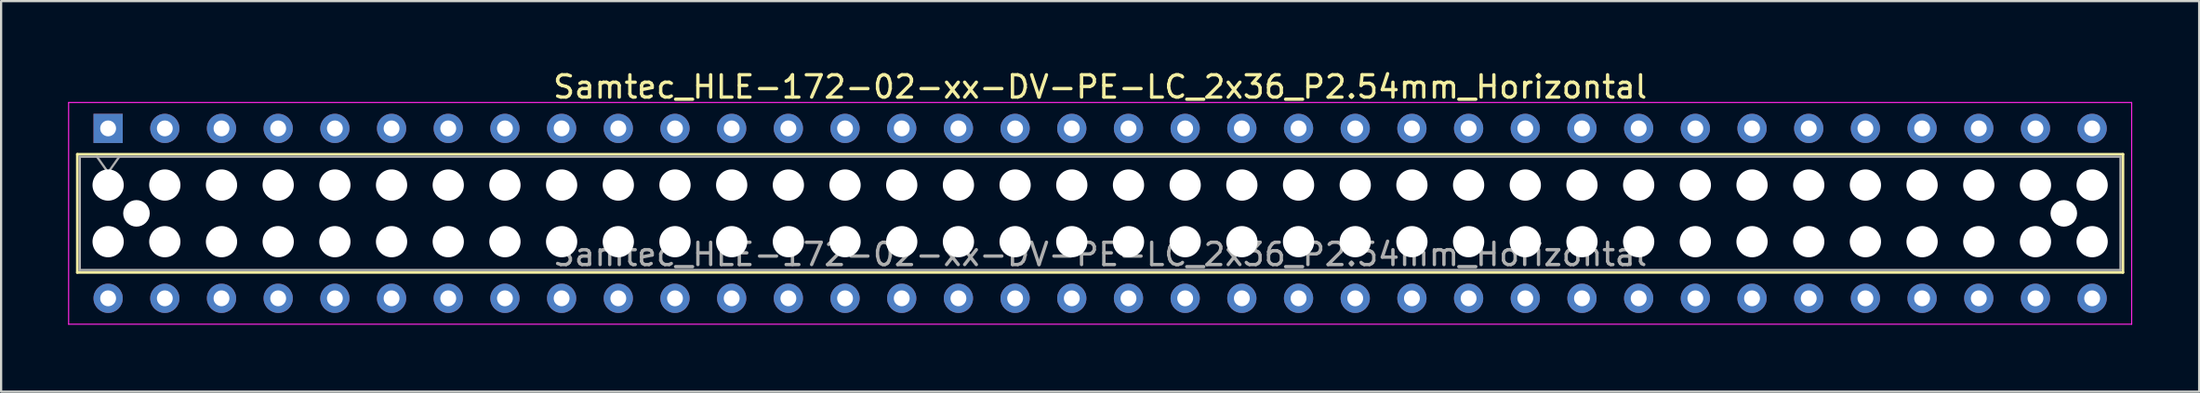
<source format=kicad_pcb>
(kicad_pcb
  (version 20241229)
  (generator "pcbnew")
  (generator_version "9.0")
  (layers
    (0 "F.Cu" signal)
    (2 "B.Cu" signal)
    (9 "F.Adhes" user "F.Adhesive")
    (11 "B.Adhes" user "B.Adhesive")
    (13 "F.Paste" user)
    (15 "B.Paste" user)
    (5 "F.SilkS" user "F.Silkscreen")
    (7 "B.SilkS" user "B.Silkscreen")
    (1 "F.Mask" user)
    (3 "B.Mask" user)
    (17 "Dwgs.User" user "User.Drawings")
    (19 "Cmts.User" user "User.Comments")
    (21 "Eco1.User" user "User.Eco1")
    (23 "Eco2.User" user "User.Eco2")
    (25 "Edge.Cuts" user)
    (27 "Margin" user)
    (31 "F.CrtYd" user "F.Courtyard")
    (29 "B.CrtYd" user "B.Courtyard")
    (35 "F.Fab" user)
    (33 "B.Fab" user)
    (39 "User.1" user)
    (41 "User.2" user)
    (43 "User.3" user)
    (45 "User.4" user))
  (footprint "Samtec_HLE-172-02-xx-DV-PE-LC_2x36_P2.54mm_Horizontal"
    (layer "F.Cu")
    (at 1.795 2.708)
    (property "Reference" "Samtec_HLE-172-02-xx-DV-PE-LC_2x36_P2.54mm_Horizontal" (at 44.45 -1.86 0) (layer "F.SilkS") (effects (font (size 1 1) (thickness 0.15))))
    (attr through_hole)
    (fp_line (start -1.38 1.16) (end 90.28 1.16) (stroke (width 0.12) (type solid)) (layer "F.SilkS"))
    (fp_line (start -1.38 6.46) (end -1.38 1.16) (stroke (width 0.12) (type solid)) (layer "F.SilkS"))
    (fp_line (start 90.28 1.16) (end 90.28 6.46) (stroke (width 0.12) (type solid)) (layer "F.SilkS"))
    (fp_line (start 90.28 6.46) (end -1.38 6.46) (stroke (width 0.12) (type solid)) (layer "F.SilkS"))
    (fp_line (start -1.77 -1.16) (end 90.67 -1.16) (stroke (width 0.05) (type solid)) (layer "F.CrtYd"))
    (fp_line (start -1.77 8.78) (end -1.77 -1.16) (stroke (width 0.05) (type solid)) (layer "F.CrtYd"))
    (fp_line (start 90.67 -1.16) (end 90.67 8.78) (stroke (width 0.05) (type solid)) (layer "F.CrtYd"))
    (fp_line (start 90.67 8.78) (end -1.77 8.78) (stroke (width 0.05) (type solid)) (layer "F.CrtYd"))
    (fp_line (start -1.27 1.27) (end 90.17 1.27) (stroke (width 0.1) (type solid)) (layer "F.Fab"))
    (fp_line (start -1.27 6.35) (end -1.27 1.27) (stroke (width 0.1) (type solid)) (layer "F.Fab"))
    (fp_line (start -0.5 1.27) (end 0 1.977) (stroke (width 0.1) (type solid)) (layer "F.Fab"))
    (fp_line (start 0 1.977) (end 0.5 1.27) (stroke (width 0.1) (type solid)) (layer "F.Fab"))
    (fp_line (start 90.17 1.27) (end 90.17 6.35) (stroke (width 0.1) (type solid)) (layer "F.Fab"))
    (fp_line (start 90.17 6.35) (end -1.27 6.35) (stroke (width 0.1) (type solid)) (layer "F.Fab"))
    (fp_text user "${REFERENCE}" (at 44.45 5.65 0) (layer "F.Fab") (effects (font (size 1 1) (thickness 0.15))))
    (pad "" np_thru_hole circle (at 0 2.54) (size 1.4 1.4) (drill 1.4) (layers "*.Cu" "*.Mask"))
    (pad "" np_thru_hole circle (at 0 5.08) (size 1.4 1.4) (drill 1.4) (layers "*.Cu" "*.Mask"))
    (pad "" np_thru_hole circle (at 1.27 3.81) (size 1.19 1.19) (drill 1.19) (layers "*.Cu" "*.Mask"))
    (pad "" np_thru_hole circle (at 2.54 2.54) (size 1.4 1.4) (drill 1.4) (layers "*.Cu" "*.Mask"))
    (pad "" np_thru_hole circle (at 2.54 5.08) (size 1.4 1.4) (drill 1.4) (layers "*.Cu" "*.Mask"))
    (pad "" np_thru_hole circle (at 5.08 2.54) (size 1.4 1.4) (drill 1.4) (layers "*.Cu" "*.Mask"))
    (pad "" np_thru_hole circle (at 5.08 5.08) (size 1.4 1.4) (drill 1.4) (layers "*.Cu" "*.Mask"))
    (pad "" np_thru_hole circle (at 7.62 2.54) (size 1.4 1.4) (drill 1.4) (layers "*.Cu" "*.Mask"))
    (pad "" np_thru_hole circle (at 7.62 5.08) (size 1.4 1.4) (drill 1.4) (layers "*.Cu" "*.Mask"))
    (pad "" np_thru_hole circle (at 10.16 2.54) (size 1.4 1.4) (drill 1.4) (layers "*.Cu" "*.Mask"))
    (pad "" np_thru_hole circle (at 10.16 5.08) (size 1.4 1.4) (drill 1.4) (layers "*.Cu" "*.Mask"))
    (pad "" np_thru_hole circle (at 12.7 2.54) (size 1.4 1.4) (drill 1.4) (layers "*.Cu" "*.Mask"))
    (pad "" np_thru_hole circle (at 12.7 5.08) (size 1.4 1.4) (drill 1.4) (layers "*.Cu" "*.Mask"))
    (pad "" np_thru_hole circle (at 15.24 2.54) (size 1.4 1.4) (drill 1.4) (layers "*.Cu" "*.Mask"))
    (pad "" np_thru_hole circle (at 15.24 5.08) (size 1.4 1.4) (drill 1.4) (layers "*.Cu" "*.Mask"))
    (pad "" np_thru_hole circle (at 17.78 2.54) (size 1.4 1.4) (drill 1.4) (layers "*.Cu" "*.Mask"))
    (pad "" np_thru_hole circle (at 17.78 5.08) (size 1.4 1.4) (drill 1.4) (layers "*.Cu" "*.Mask"))
    (pad "" np_thru_hole circle (at 20.32 2.54) (size 1.4 1.4) (drill 1.4) (layers "*.Cu" "*.Mask"))
    (pad "" np_thru_hole circle (at 20.32 5.08) (size 1.4 1.4) (drill 1.4) (layers "*.Cu" "*.Mask"))
    (pad "" np_thru_hole circle (at 22.86 2.54) (size 1.4 1.4) (drill 1.4) (layers "*.Cu" "*.Mask"))
    (pad "" np_thru_hole circle (at 22.86 5.08) (size 1.4 1.4) (drill 1.4) (layers "*.Cu" "*.Mask"))
    (pad "" np_thru_hole circle (at 25.4 2.54) (size 1.4 1.4) (drill 1.4) (layers "*.Cu" "*.Mask"))
    (pad "" np_thru_hole circle (at 25.4 5.08) (size 1.4 1.4) (drill 1.4) (layers "*.Cu" "*.Mask"))
    (pad "" np_thru_hole circle (at 27.94 2.54) (size 1.4 1.4) (drill 1.4) (layers "*.Cu" "*.Mask"))
    (pad "" np_thru_hole circle (at 27.94 5.08) (size 1.4 1.4) (drill 1.4) (layers "*.Cu" "*.Mask"))
    (pad "" np_thru_hole circle (at 30.48 2.54) (size 1.4 1.4) (drill 1.4) (layers "*.Cu" "*.Mask"))
    (pad "" np_thru_hole circle (at 30.48 5.08) (size 1.4 1.4) (drill 1.4) (layers "*.Cu" "*.Mask"))
    (pad "" np_thru_hole circle (at 33.02 2.54) (size 1.4 1.4) (drill 1.4) (layers "*.Cu" "*.Mask"))
    (pad "" np_thru_hole circle (at 33.02 5.08) (size 1.4 1.4) (drill 1.4) (layers "*.Cu" "*.Mask"))
    (pad "" np_thru_hole circle (at 35.56 2.54) (size 1.4 1.4) (drill 1.4) (layers "*.Cu" "*.Mask"))
    (pad "" np_thru_hole circle (at 35.56 5.08) (size 1.4 1.4) (drill 1.4) (layers "*.Cu" "*.Mask"))
    (pad "" np_thru_hole circle (at 38.1 2.54) (size 1.4 1.4) (drill 1.4) (layers "*.Cu" "*.Mask"))
    (pad "" np_thru_hole circle (at 38.1 5.08) (size 1.4 1.4) (drill 1.4) (layers "*.Cu" "*.Mask"))
    (pad "" np_thru_hole circle (at 40.64 2.54) (size 1.4 1.4) (drill 1.4) (layers "*.Cu" "*.Mask"))
    (pad "" np_thru_hole circle (at 40.64 5.08) (size 1.4 1.4) (drill 1.4) (layers "*.Cu" "*.Mask"))
    (pad "" np_thru_hole circle (at 43.18 2.54) (size 1.4 1.4) (drill 1.4) (layers "*.Cu" "*.Mask"))
    (pad "" np_thru_hole circle (at 43.18 5.08) (size 1.4 1.4) (drill 1.4) (layers "*.Cu" "*.Mask"))
    (pad "" np_thru_hole circle (at 45.72 2.54) (size 1.4 1.4) (drill 1.4) (layers "*.Cu" "*.Mask"))
    (pad "" np_thru_hole circle (at 45.72 5.08) (size 1.4 1.4) (drill 1.4) (layers "*.Cu" "*.Mask"))
    (pad "" np_thru_hole circle (at 48.26 2.54) (size 1.4 1.4) (drill 1.4) (layers "*.Cu" "*.Mask"))
    (pad "" np_thru_hole circle (at 48.26 5.08) (size 1.4 1.4) (drill 1.4) (layers "*.Cu" "*.Mask"))
    (pad "" np_thru_hole circle (at 50.8 2.54) (size 1.4 1.4) (drill 1.4) (layers "*.Cu" "*.Mask"))
    (pad "" np_thru_hole circle (at 50.8 5.08) (size 1.4 1.4) (drill 1.4) (layers "*.Cu" "*.Mask"))
    (pad "" np_thru_hole circle (at 53.34 2.54) (size 1.4 1.4) (drill 1.4) (layers "*.Cu" "*.Mask"))
    (pad "" np_thru_hole circle (at 53.34 5.08) (size 1.4 1.4) (drill 1.4) (layers "*.Cu" "*.Mask"))
    (pad "" np_thru_hole circle (at 55.88 2.54) (size 1.4 1.4) (drill 1.4) (layers "*.Cu" "*.Mask"))
    (pad "" np_thru_hole circle (at 55.88 5.08) (size 1.4 1.4) (drill 1.4) (layers "*.Cu" "*.Mask"))
    (pad "" np_thru_hole circle (at 58.42 2.54) (size 1.4 1.4) (drill 1.4) (layers "*.Cu" "*.Mask"))
    (pad "" np_thru_hole circle (at 58.42 5.08) (size 1.4 1.4) (drill 1.4) (layers "*.Cu" "*.Mask"))
    (pad "" np_thru_hole circle (at 60.96 2.54) (size 1.4 1.4) (drill 1.4) (layers "*.Cu" "*.Mask"))
    (pad "" np_thru_hole circle (at 60.96 5.08) (size 1.4 1.4) (drill 1.4) (layers "*.Cu" "*.Mask"))
    (pad "" np_thru_hole circle (at 63.5 2.54) (size 1.4 1.4) (drill 1.4) (layers "*.Cu" "*.Mask"))
    (pad "" np_thru_hole circle (at 63.5 5.08) (size 1.4 1.4) (drill 1.4) (layers "*.Cu" "*.Mask"))
    (pad "" np_thru_hole circle (at 66.04 2.54) (size 1.4 1.4) (drill 1.4) (layers "*.Cu" "*.Mask"))
    (pad "" np_thru_hole circle (at 66.04 5.08) (size 1.4 1.4) (drill 1.4) (layers "*.Cu" "*.Mask"))
    (pad "" np_thru_hole circle (at 68.58 2.54) (size 1.4 1.4) (drill 1.4) (layers "*.Cu" "*.Mask"))
    (pad "" np_thru_hole circle (at 68.58 5.08) (size 1.4 1.4) (drill 1.4) (layers "*.Cu" "*.Mask"))
    (pad "" np_thru_hole circle (at 71.12 2.54) (size 1.4 1.4) (drill 1.4) (layers "*.Cu" "*.Mask"))
    (pad "" np_thru_hole circle (at 71.12 5.08) (size 1.4 1.4) (drill 1.4) (layers "*.Cu" "*.Mask"))
    (pad "" np_thru_hole circle (at 73.66 2.54) (size 1.4 1.4) (drill 1.4) (layers "*.Cu" "*.Mask"))
    (pad "" np_thru_hole circle (at 73.66 5.08) (size 1.4 1.4) (drill 1.4) (layers "*.Cu" "*.Mask"))
    (pad "" np_thru_hole circle (at 76.2 2.54) (size 1.4 1.4) (drill 1.4) (layers "*.Cu" "*.Mask"))
    (pad "" np_thru_hole circle (at 76.2 5.08) (size 1.4 1.4) (drill 1.4) (layers "*.Cu" "*.Mask"))
    (pad "" np_thru_hole circle (at 78.74 2.54) (size 1.4 1.4) (drill 1.4) (layers "*.Cu" "*.Mask"))
    (pad "" np_thru_hole circle (at 78.74 5.08) (size 1.4 1.4) (drill 1.4) (layers "*.Cu" "*.Mask"))
    (pad "" np_thru_hole circle (at 81.28 2.54) (size 1.4 1.4) (drill 1.4) (layers "*.Cu" "*.Mask"))
    (pad "" np_thru_hole circle (at 81.28 5.08) (size 1.4 1.4) (drill 1.4) (layers "*.Cu" "*.Mask"))
    (pad "" np_thru_hole circle (at 83.82 2.54) (size 1.4 1.4) (drill 1.4) (layers "*.Cu" "*.Mask"))
    (pad "" np_thru_hole circle (at 83.82 5.08) (size 1.4 1.4) (drill 1.4) (layers "*.Cu" "*.Mask"))
    (pad "" np_thru_hole circle (at 86.36 2.54) (size 1.4 1.4) (drill 1.4) (layers "*.Cu" "*.Mask"))
    (pad "" np_thru_hole circle (at 86.36 5.08) (size 1.4 1.4) (drill 1.4) (layers "*.Cu" "*.Mask"))
    (pad "" np_thru_hole circle (at 87.63 3.81) (size 1.19 1.19) (drill 1.19) (layers "*.Cu" "*.Mask"))
    (pad "" np_thru_hole circle (at 88.9 2.54) (size 1.4 1.4) (drill 1.4) (layers "*.Cu" "*.Mask"))
    (pad "" np_thru_hole circle (at 88.9 5.08) (size 1.4 1.4) (drill 1.4) (layers "*.Cu" "*.Mask"))
    (pad "1" thru_hole rect (at 0 0) (size 1.31 1.31) (drill 0.71) (layers "*.Cu" "*.Mask"))
    (pad "2" thru_hole circle (at 0 7.62) (size 1.31 1.31) (drill 0.71) (layers "*.Cu" "*.Mask"))
    (pad "3" thru_hole circle (at 2.54 0) (size 1.31 1.31) (drill 0.71) (layers "*.Cu" "*.Mask"))
    (pad "4" thru_hole circle (at 2.54 7.62) (size 1.31 1.31) (drill 0.71) (layers "*.Cu" "*.Mask"))
    (pad "5" thru_hole circle (at 5.08 0) (size 1.31 1.31) (drill 0.71) (layers "*.Cu" "*.Mask"))
    (pad "6" thru_hole circle (at 5.08 7.62) (size 1.31 1.31) (drill 0.71) (layers "*.Cu" "*.Mask"))
    (pad "7" thru_hole circle (at 7.62 0) (size 1.31 1.31) (drill 0.71) (layers "*.Cu" "*.Mask"))
    (pad "8" thru_hole circle (at 7.62 7.62) (size 1.31 1.31) (drill 0.71) (layers "*.Cu" "*.Mask"))
    (pad "9" thru_hole circle (at 10.16 0) (size 1.31 1.31) (drill 0.71) (layers "*.Cu" "*.Mask"))
    (pad "10" thru_hole circle (at 10.16 7.62) (size 1.31 1.31) (drill 0.71) (layers "*.Cu" "*.Mask"))
    (pad "11" thru_hole circle (at 12.7 0) (size 1.31 1.31) (drill 0.71) (layers "*.Cu" "*.Mask"))
    (pad "12" thru_hole circle (at 12.7 7.62) (size 1.31 1.31) (drill 0.71) (layers "*.Cu" "*.Mask"))
    (pad "13" thru_hole circle (at 15.24 0) (size 1.31 1.31) (drill 0.71) (layers "*.Cu" "*.Mask"))
    (pad "14" thru_hole circle (at 15.24 7.62) (size 1.31 1.31) (drill 0.71) (layers "*.Cu" "*.Mask"))
    (pad "15" thru_hole circle (at 17.78 0) (size 1.31 1.31) (drill 0.71) (layers "*.Cu" "*.Mask"))
    (pad "16" thru_hole circle (at 17.78 7.62) (size 1.31 1.31) (drill 0.71) (layers "*.Cu" "*.Mask"))
    (pad "17" thru_hole circle (at 20.32 0) (size 1.31 1.31) (drill 0.71) (layers "*.Cu" "*.Mask"))
    (pad "18" thru_hole circle (at 20.32 7.62) (size 1.31 1.31) (drill 0.71) (layers "*.Cu" "*.Mask"))
    (pad "19" thru_hole circle (at 22.86 0) (size 1.31 1.31) (drill 0.71) (layers "*.Cu" "*.Mask"))
    (pad "20" thru_hole circle (at 22.86 7.62) (size 1.31 1.31) (drill 0.71) (layers "*.Cu" "*.Mask"))
    (pad "21" thru_hole circle (at 25.4 0) (size 1.31 1.31) (drill 0.71) (layers "*.Cu" "*.Mask"))
    (pad "22" thru_hole circle (at 25.4 7.62) (size 1.31 1.31) (drill 0.71) (layers "*.Cu" "*.Mask"))
    (pad "23" thru_hole circle (at 27.94 0) (size 1.31 1.31) (drill 0.71) (layers "*.Cu" "*.Mask"))
    (pad "24" thru_hole circle (at 27.94 7.62) (size 1.31 1.31) (drill 0.71) (layers "*.Cu" "*.Mask"))
    (pad "25" thru_hole circle (at 30.48 0) (size 1.31 1.31) (drill 0.71) (layers "*.Cu" "*.Mask"))
    (pad "26" thru_hole circle (at 30.48 7.62) (size 1.31 1.31) (drill 0.71) (layers "*.Cu" "*.Mask"))
    (pad "27" thru_hole circle (at 33.02 0) (size 1.31 1.31) (drill 0.71) (layers "*.Cu" "*.Mask"))
    (pad "28" thru_hole circle (at 33.02 7.62) (size 1.31 1.31) (drill 0.71) (layers "*.Cu" "*.Mask"))
    (pad "29" thru_hole circle (at 35.56 0) (size 1.31 1.31) (drill 0.71) (layers "*.Cu" "*.Mask"))
    (pad "30" thru_hole circle (at 35.56 7.62) (size 1.31 1.31) (drill 0.71) (layers "*.Cu" "*.Mask"))
    (pad "31" thru_hole circle (at 38.1 0) (size 1.31 1.31) (drill 0.71) (layers "*.Cu" "*.Mask"))
    (pad "32" thru_hole circle (at 38.1 7.62) (size 1.31 1.31) (drill 0.71) (layers "*.Cu" "*.Mask"))
    (pad "33" thru_hole circle (at 40.64 0) (size 1.31 1.31) (drill 0.71) (layers "*.Cu" "*.Mask"))
    (pad "34" thru_hole circle (at 40.64 7.62) (size 1.31 1.31) (drill 0.71) (layers "*.Cu" "*.Mask"))
    (pad "35" thru_hole circle (at 43.18 0) (size 1.31 1.31) (drill 0.71) (layers "*.Cu" "*.Mask"))
    (pad "36" thru_hole circle (at 43.18 7.62) (size 1.31 1.31) (drill 0.71) (layers "*.Cu" "*.Mask"))
    (pad "37" thru_hole circle (at 45.72 0) (size 1.31 1.31) (drill 0.71) (layers "*.Cu" "*.Mask"))
    (pad "38" thru_hole circle (at 45.72 7.62) (size 1.31 1.31) (drill 0.71) (layers "*.Cu" "*.Mask"))
    (pad "39" thru_hole circle (at 48.26 0) (size 1.31 1.31) (drill 0.71) (layers "*.Cu" "*.Mask"))
    (pad "40" thru_hole circle (at 48.26 7.62) (size 1.31 1.31) (drill 0.71) (layers "*.Cu" "*.Mask"))
    (pad "41" thru_hole circle (at 50.8 0) (size 1.31 1.31) (drill 0.71) (layers "*.Cu" "*.Mask"))
    (pad "42" thru_hole circle (at 50.8 7.62) (size 1.31 1.31) (drill 0.71) (layers "*.Cu" "*.Mask"))
    (pad "43" thru_hole circle (at 53.34 0) (size 1.31 1.31) (drill 0.71) (layers "*.Cu" "*.Mask"))
    (pad "44" thru_hole circle (at 53.34 7.62) (size 1.31 1.31) (drill 0.71) (layers "*.Cu" "*.Mask"))
    (pad "45" thru_hole circle (at 55.88 0) (size 1.31 1.31) (drill 0.71) (layers "*.Cu" "*.Mask"))
    (pad "46" thru_hole circle (at 55.88 7.62) (size 1.31 1.31) (drill 0.71) (layers "*.Cu" "*.Mask"))
    (pad "47" thru_hole circle (at 58.42 0) (size 1.31 1.31) (drill 0.71) (layers "*.Cu" "*.Mask"))
    (pad "48" thru_hole circle (at 58.42 7.62) (size 1.31 1.31) (drill 0.71) (layers "*.Cu" "*.Mask"))
    (pad "49" thru_hole circle (at 60.96 0) (size 1.31 1.31) (drill 0.71) (layers "*.Cu" "*.Mask"))
    (pad "50" thru_hole circle (at 60.96 7.62) (size 1.31 1.31) (drill 0.71) (layers "*.Cu" "*.Mask"))
    (pad "51" thru_hole circle (at 63.5 0) (size 1.31 1.31) (drill 0.71) (layers "*.Cu" "*.Mask"))
    (pad "52" thru_hole circle (at 63.5 7.62) (size 1.31 1.31) (drill 0.71) (layers "*.Cu" "*.Mask"))
    (pad "53" thru_hole circle (at 66.04 0) (size 1.31 1.31) (drill 0.71) (layers "*.Cu" "*.Mask"))
    (pad "54" thru_hole circle (at 66.04 7.62) (size 1.31 1.31) (drill 0.71) (layers "*.Cu" "*.Mask"))
    (pad "55" thru_hole circle (at 68.58 0) (size 1.31 1.31) (drill 0.71) (layers "*.Cu" "*.Mask"))
    (pad "56" thru_hole circle (at 68.58 7.62) (size 1.31 1.31) (drill 0.71) (layers "*.Cu" "*.Mask"))
    (pad "57" thru_hole circle (at 71.12 0) (size 1.31 1.31) (drill 0.71) (layers "*.Cu" "*.Mask"))
    (pad "58" thru_hole circle (at 71.12 7.62) (size 1.31 1.31) (drill 0.71) (layers "*.Cu" "*.Mask"))
    (pad "59" thru_hole circle (at 73.66 0) (size 1.31 1.31) (drill 0.71) (layers "*.Cu" "*.Mask"))
    (pad "60" thru_hole circle (at 73.66 7.62) (size 1.31 1.31) (drill 0.71) (layers "*.Cu" "*.Mask"))
    (pad "61" thru_hole circle (at 76.2 0) (size 1.31 1.31) (drill 0.71) (layers "*.Cu" "*.Mask"))
    (pad "62" thru_hole circle (at 76.2 7.62) (size 1.31 1.31) (drill 0.71) (layers "*.Cu" "*.Mask"))
    (pad "63" thru_hole circle (at 78.74 0) (size 1.31 1.31) (drill 0.71) (layers "*.Cu" "*.Mask"))
    (pad "64" thru_hole circle (at 78.74 7.62) (size 1.31 1.31) (drill 0.71) (layers "*.Cu" "*.Mask"))
    (pad "65" thru_hole circle (at 81.28 0) (size 1.31 1.31) (drill 0.71) (layers "*.Cu" "*.Mask"))
    (pad "66" thru_hole circle (at 81.28 7.62) (size 1.31 1.31) (drill 0.71) (layers "*.Cu" "*.Mask"))
    (pad "67" thru_hole circle (at 83.82 0) (size 1.31 1.31) (drill 0.71) (layers "*.Cu" "*.Mask"))
    (pad "68" thru_hole circle (at 83.82 7.62) (size 1.31 1.31) (drill 0.71) (layers "*.Cu" "*.Mask"))
    (pad "69" thru_hole circle (at 86.36 0) (size 1.31 1.31) (drill 0.71) (layers "*.Cu" "*.Mask"))
    (pad "70" thru_hole circle (at 86.36 7.62) (size 1.31 1.31) (drill 0.71) (layers "*.Cu" "*.Mask"))
    (pad "71" thru_hole circle (at 88.9 0) (size 1.31 1.31) (drill 0.71) (layers "*.Cu" "*.Mask"))
    (pad "72" thru_hole circle (at 88.9 7.62) (size 1.31 1.31) (drill 0.71) (layers "*.Cu" "*.Mask")))
  (gr_rect
    (start -3 -3)
    (end 95.49 14.513)
    (stroke (width 0.1) (type default))
    (fill no)
    (layer "Edge.Cuts")))
</source>
